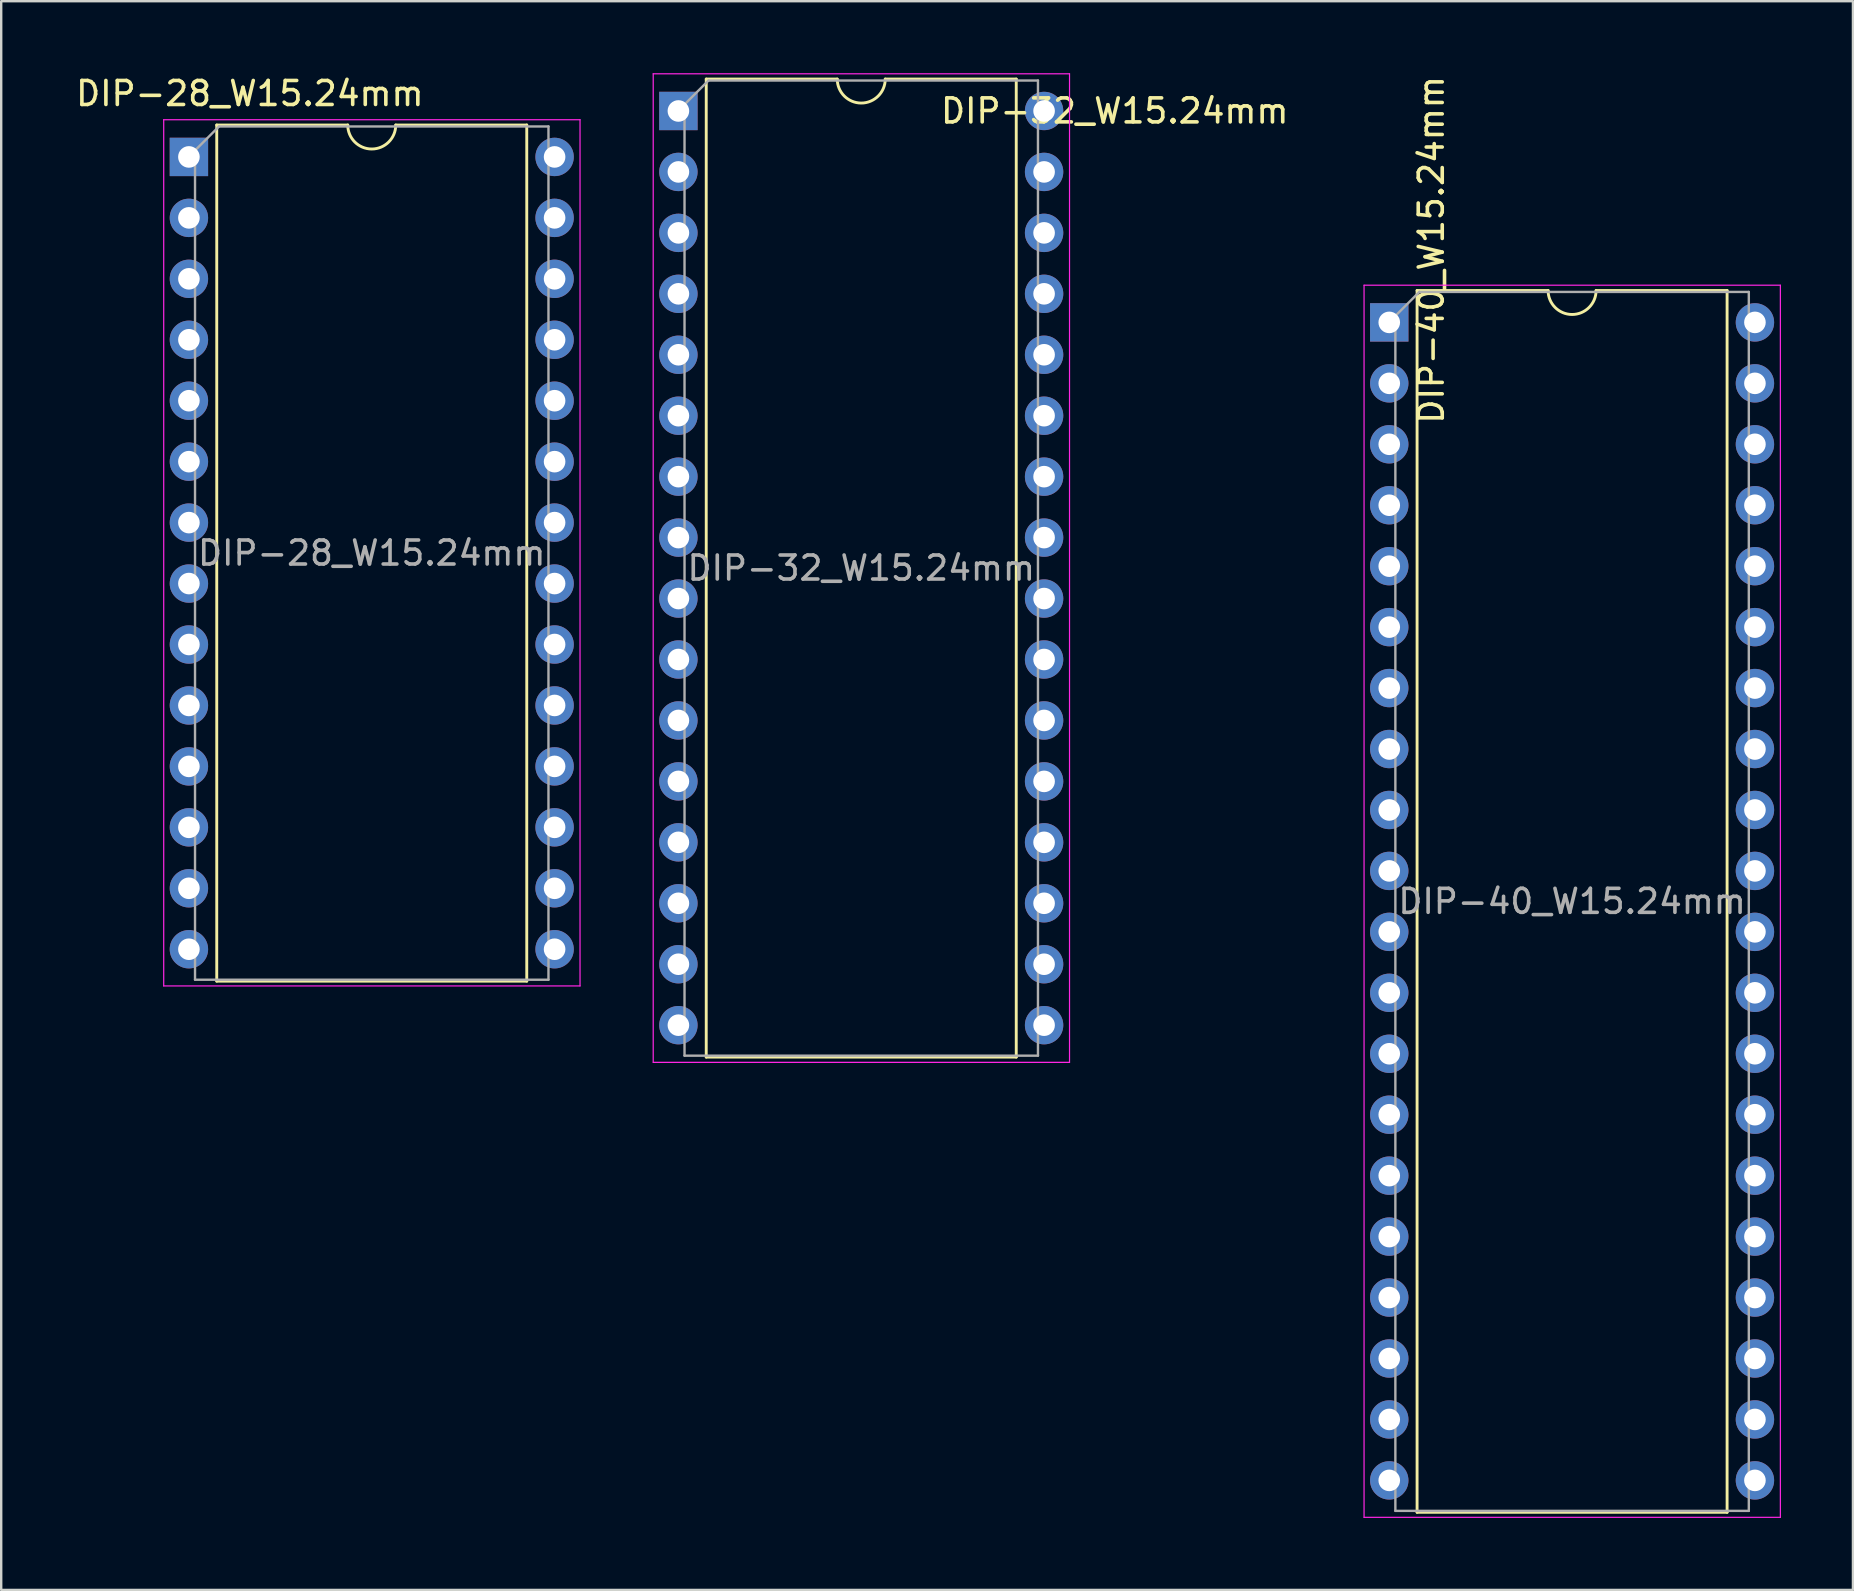
<source format=kicad_pcb>
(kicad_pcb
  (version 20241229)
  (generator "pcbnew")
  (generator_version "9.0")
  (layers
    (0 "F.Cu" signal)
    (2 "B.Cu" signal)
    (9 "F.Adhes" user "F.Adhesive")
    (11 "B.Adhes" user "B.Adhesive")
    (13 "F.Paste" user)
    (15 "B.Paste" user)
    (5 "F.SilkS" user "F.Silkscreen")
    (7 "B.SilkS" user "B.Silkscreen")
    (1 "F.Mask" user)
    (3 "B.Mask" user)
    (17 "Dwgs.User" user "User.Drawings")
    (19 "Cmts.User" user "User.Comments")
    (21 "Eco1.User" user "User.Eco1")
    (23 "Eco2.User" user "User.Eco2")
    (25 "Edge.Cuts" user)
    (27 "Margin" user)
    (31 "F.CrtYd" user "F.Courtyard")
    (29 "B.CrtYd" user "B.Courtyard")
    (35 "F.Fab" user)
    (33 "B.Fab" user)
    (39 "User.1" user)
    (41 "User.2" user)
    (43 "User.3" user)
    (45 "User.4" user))
  (footprint "DIP-28_W15.24mm"
    (layer "F.Cu")
    (at 4.823 3.49)
    (property "Reference" "DIP-28_W15.24mm" (at 2.54 -2.642 0) (layer "F.SilkS") (effects (font (size 1 1) (thickness 0.15))))
    (attr through_hole)
    (fp_line (start 1.16 -1.33) (end 1.16 34.35) (stroke (width 0.12) (type solid)) (layer "F.SilkS"))
    (fp_line (start 1.16 34.35) (end 14.08 34.35) (stroke (width 0.12) (type solid)) (layer "F.SilkS"))
    (fp_line (start 6.62 -1.33) (end 1.16 -1.33) (stroke (width 0.12) (type solid)) (layer "F.SilkS"))
    (fp_line (start 14.08 -1.33) (end 8.62 -1.33) (stroke (width 0.12) (type solid)) (layer "F.SilkS"))
    (fp_line (start 14.08 34.35) (end 14.08 -1.33) (stroke (width 0.12) (type solid)) (layer "F.SilkS"))
    (fp_arc (start 8.62 -1.33) (mid 7.62 -0.33) (end 6.62 -1.33) (stroke (width 0.12) (type solid)) (layer "F.SilkS"))
    (fp_line (start -1.05 -1.55) (end -1.05 34.55) (stroke (width 0.05) (type solid)) (layer "F.CrtYd"))
    (fp_line (start -1.05 34.55) (end 16.3 34.55) (stroke (width 0.05) (type solid)) (layer "F.CrtYd"))
    (fp_line (start 16.3 -1.55) (end -1.05 -1.55) (stroke (width 0.05) (type solid)) (layer "F.CrtYd"))
    (fp_line (start 16.3 34.55) (end 16.3 -1.55) (stroke (width 0.05) (type solid)) (layer "F.CrtYd"))
    (fp_line (start 0.255 -0.27) (end 1.255 -1.27) (stroke (width 0.1) (type solid)) (layer "F.Fab"))
    (fp_line (start 0.255 34.29) (end 0.255 -0.27) (stroke (width 0.1) (type solid)) (layer "F.Fab"))
    (fp_line (start 1.255 -1.27) (end 14.985 -1.27) (stroke (width 0.1) (type solid)) (layer "F.Fab"))
    (fp_line (start 14.985 -1.27) (end 14.985 34.29) (stroke (width 0.1) (type solid)) (layer "F.Fab"))
    (fp_line (start 14.985 34.29) (end 0.255 34.29) (stroke (width 0.1) (type solid)) (layer "F.Fab"))
    (fp_text user "${REFERENCE}" (at 7.62 16.51 0) (layer "F.Fab") (effects (font (size 1 1) (thickness 0.15))))
    (pad "1" thru_hole rect (at 0 0) (size 1.6 1.6) (drill 0.9) (layers "*.Cu" "*.Mask"))
    (pad "2" thru_hole oval (at 0 2.54) (size 1.6 1.6) (drill 0.9) (layers "*.Cu" "*.Mask"))
    (pad "3" thru_hole oval (at 0 5.08) (size 1.6 1.6) (drill 0.9) (layers "*.Cu" "*.Mask"))
    (pad "4" thru_hole oval (at 0 7.62) (size 1.6 1.6) (drill 0.9) (layers "*.Cu" "*.Mask"))
    (pad "5" thru_hole oval (at 0 10.16) (size 1.6 1.6) (drill 0.9) (layers "*.Cu" "*.Mask"))
    (pad "6" thru_hole oval (at 0 12.7) (size 1.6 1.6) (drill 0.9) (layers "*.Cu" "*.Mask"))
    (pad "7" thru_hole oval (at 0 15.24) (size 1.6 1.6) (drill 0.9) (layers "*.Cu" "*.Mask"))
    (pad "8" thru_hole oval (at 0 17.78) (size 1.6 1.6) (drill 0.9) (layers "*.Cu" "*.Mask"))
    (pad "9" thru_hole oval (at 0 20.32) (size 1.6 1.6) (drill 0.9) (layers "*.Cu" "*.Mask"))
    (pad "10" thru_hole oval (at 0 22.86) (size 1.6 1.6) (drill 0.9) (layers "*.Cu" "*.Mask"))
    (pad "11" thru_hole oval (at 0 25.4) (size 1.6 1.6) (drill 0.9) (layers "*.Cu" "*.Mask"))
    (pad "12" thru_hole oval (at 0 27.94) (size 1.6 1.6) (drill 0.9) (layers "*.Cu" "*.Mask"))
    (pad "13" thru_hole oval (at 0 30.48) (size 1.6 1.6) (drill 0.9) (layers "*.Cu" "*.Mask"))
    (pad "14" thru_hole oval (at 0 33.02) (size 1.6 1.6) (drill 0.9) (layers "*.Cu" "*.Mask"))
    (pad "15" thru_hole oval (at 15.24 33.02) (size 1.6 1.6) (drill 0.9) (layers "*.Cu" "*.Mask"))
    (pad "16" thru_hole oval (at 15.24 30.48) (size 1.6 1.6) (drill 0.9) (layers "*.Cu" "*.Mask"))
    (pad "17" thru_hole oval (at 15.24 27.94) (size 1.6 1.6) (drill 0.9) (layers "*.Cu" "*.Mask"))
    (pad "18" thru_hole oval (at 15.24 25.4) (size 1.6 1.6) (drill 0.9) (layers "*.Cu" "*.Mask"))
    (pad "19" thru_hole oval (at 15.24 22.86) (size 1.6 1.6) (drill 0.9) (layers "*.Cu" "*.Mask"))
    (pad "20" thru_hole oval (at 15.24 20.32) (size 1.6 1.6) (drill 0.9) (layers "*.Cu" "*.Mask"))
    (pad "21" thru_hole oval (at 15.24 17.78) (size 1.6 1.6) (drill 0.9) (layers "*.Cu" "*.Mask"))
    (pad "22" thru_hole oval (at 15.24 15.24) (size 1.6 1.6) (drill 0.9) (layers "*.Cu" "*.Mask"))
    (pad "23" thru_hole oval (at 15.24 12.7) (size 1.6 1.6) (drill 0.9) (layers "*.Cu" "*.Mask"))
    (pad "24" thru_hole oval (at 15.24 10.16) (size 1.6 1.6) (drill 0.9) (layers "*.Cu" "*.Mask"))
    (pad "25" thru_hole oval (at 15.24 7.62) (size 1.6 1.6) (drill 0.9) (layers "*.Cu" "*.Mask"))
    (pad "26" thru_hole oval (at 15.24 5.08) (size 1.6 1.6) (drill 0.9) (layers "*.Cu" "*.Mask"))
    (pad "27" thru_hole oval (at 15.24 2.54) (size 1.6 1.6) (drill 0.9) (layers "*.Cu" "*.Mask"))
    (pad "28" thru_hole oval (at 15.24 0) (size 1.6 1.6) (drill 0.9) (layers "*.Cu" "*.Mask")))
  (footprint "DIP-32_W15.24mm"
    (layer "F.Cu")
    (at 25.223 1.575)
    (property "Reference" "DIP-32_W15.24mm" (at 18.186 0 0) (layer "F.SilkS") (effects (font (size 1 1) (thickness 0.15))))
    (attr through_hole)
    (fp_line (start 1.16 -1.33) (end 1.16 39.43) (stroke (width 0.12) (type solid)) (layer "F.SilkS"))
    (fp_line (start 1.16 39.43) (end 14.08 39.43) (stroke (width 0.12) (type solid)) (layer "F.SilkS"))
    (fp_line (start 6.62 -1.33) (end 1.16 -1.33) (stroke (width 0.12) (type solid)) (layer "F.SilkS"))
    (fp_line (start 14.08 -1.33) (end 8.62 -1.33) (stroke (width 0.12) (type solid)) (layer "F.SilkS"))
    (fp_line (start 14.08 39.43) (end 14.08 -1.33) (stroke (width 0.12) (type solid)) (layer "F.SilkS"))
    (fp_arc (start 8.62 -1.33) (mid 7.62 -0.33) (end 6.62 -1.33) (stroke (width 0.12) (type solid)) (layer "F.SilkS"))
    (fp_line (start -1.05 -1.55) (end -1.05 39.65) (stroke (width 0.05) (type solid)) (layer "F.CrtYd"))
    (fp_line (start -1.05 39.65) (end 16.3 39.65) (stroke (width 0.05) (type solid)) (layer "F.CrtYd"))
    (fp_line (start 16.3 -1.55) (end -1.05 -1.55) (stroke (width 0.05) (type solid)) (layer "F.CrtYd"))
    (fp_line (start 16.3 39.65) (end 16.3 -1.55) (stroke (width 0.05) (type solid)) (layer "F.CrtYd"))
    (fp_line (start 0.255 -0.27) (end 1.255 -1.27) (stroke (width 0.1) (type solid)) (layer "F.Fab"))
    (fp_line (start 0.255 39.37) (end 0.255 -0.27) (stroke (width 0.1) (type solid)) (layer "F.Fab"))
    (fp_line (start 1.255 -1.27) (end 14.985 -1.27) (stroke (width 0.1) (type solid)) (layer "F.Fab"))
    (fp_line (start 14.985 -1.27) (end 14.985 39.37) (stroke (width 0.1) (type solid)) (layer "F.Fab"))
    (fp_line (start 14.985 39.37) (end 0.255 39.37) (stroke (width 0.1) (type solid)) (layer "F.Fab"))
    (fp_text user "${REFERENCE}" (at 7.62 19.05 0) (layer "F.Fab") (effects (font (size 1 1) (thickness 0.15))))
    (pad "1" thru_hole rect (at 0 0) (size 1.6 1.6) (drill 0.9) (layers "*.Cu" "*.Mask"))
    (pad "2" thru_hole oval (at 0 2.54) (size 1.6 1.6) (drill 0.9) (layers "*.Cu" "*.Mask"))
    (pad "3" thru_hole oval (at 0 5.08) (size 1.6 1.6) (drill 0.9) (layers "*.Cu" "*.Mask"))
    (pad "4" thru_hole oval (at 0 7.62) (size 1.6 1.6) (drill 0.9) (layers "*.Cu" "*.Mask"))
    (pad "5" thru_hole oval (at 0 10.16) (size 1.6 1.6) (drill 0.9) (layers "*.Cu" "*.Mask"))
    (pad "6" thru_hole oval (at 0 12.7) (size 1.6 1.6) (drill 0.9) (layers "*.Cu" "*.Mask"))
    (pad "7" thru_hole oval (at 0 15.24) (size 1.6 1.6) (drill 0.9) (layers "*.Cu" "*.Mask"))
    (pad "8" thru_hole oval (at 0 17.78) (size 1.6 1.6) (drill 0.9) (layers "*.Cu" "*.Mask"))
    (pad "9" thru_hole oval (at 0 20.32) (size 1.6 1.6) (drill 0.9) (layers "*.Cu" "*.Mask"))
    (pad "10" thru_hole oval (at 0 22.86) (size 1.6 1.6) (drill 0.9) (layers "*.Cu" "*.Mask"))
    (pad "11" thru_hole oval (at 0 25.4) (size 1.6 1.6) (drill 0.9) (layers "*.Cu" "*.Mask"))
    (pad "12" thru_hole oval (at 0 27.94) (size 1.6 1.6) (drill 0.9) (layers "*.Cu" "*.Mask"))
    (pad "13" thru_hole oval (at 0 30.48) (size 1.6 1.6) (drill 0.9) (layers "*.Cu" "*.Mask"))
    (pad "14" thru_hole oval (at 0 33.02) (size 1.6 1.6) (drill 0.9) (layers "*.Cu" "*.Mask"))
    (pad "15" thru_hole oval (at 0 35.56) (size 1.6 1.6) (drill 0.9) (layers "*.Cu" "*.Mask"))
    (pad "16" thru_hole oval (at 0 38.1) (size 1.6 1.6) (drill 0.9) (layers "*.Cu" "*.Mask"))
    (pad "17" thru_hole oval (at 15.24 38.1) (size 1.6 1.6) (drill 0.9) (layers "*.Cu" "*.Mask"))
    (pad "18" thru_hole oval (at 15.24 35.56) (size 1.6 1.6) (drill 0.9) (layers "*.Cu" "*.Mask"))
    (pad "19" thru_hole oval (at 15.24 33.02) (size 1.6 1.6) (drill 0.9) (layers "*.Cu" "*.Mask"))
    (pad "20" thru_hole oval (at 15.24 30.48) (size 1.6 1.6) (drill 0.9) (layers "*.Cu" "*.Mask"))
    (pad "21" thru_hole oval (at 15.24 27.94) (size 1.6 1.6) (drill 0.9) (layers "*.Cu" "*.Mask"))
    (pad "22" thru_hole oval (at 15.24 25.4) (size 1.6 1.6) (drill 0.9) (layers "*.Cu" "*.Mask"))
    (pad "23" thru_hole oval (at 15.24 22.86) (size 1.6 1.6) (drill 0.9) (layers "*.Cu" "*.Mask"))
    (pad "24" thru_hole oval (at 15.24 20.32) (size 1.6 1.6) (drill 0.9) (layers "*.Cu" "*.Mask"))
    (pad "25" thru_hole oval (at 15.24 17.78) (size 1.6 1.6) (drill 0.9) (layers "*.Cu" "*.Mask"))
    (pad "26" thru_hole oval (at 15.24 15.24) (size 1.6 1.6) (drill 0.9) (layers "*.Cu" "*.Mask"))
    (pad "27" thru_hole oval (at 15.24 12.7) (size 1.6 1.6) (drill 0.9) (layers "*.Cu" "*.Mask"))
    (pad "28" thru_hole oval (at 15.24 10.16) (size 1.6 1.6) (drill 0.9) (layers "*.Cu" "*.Mask"))
    (pad "29" thru_hole oval (at 15.24 7.62) (size 1.6 1.6) (drill 0.9) (layers "*.Cu" "*.Mask"))
    (pad "30" thru_hole oval (at 15.24 5.08) (size 1.6 1.6) (drill 0.9) (layers "*.Cu" "*.Mask"))
    (pad "31" thru_hole oval (at 15.24 2.54) (size 1.6 1.6) (drill 0.9) (layers "*.Cu" "*.Mask"))
    (pad "32" thru_hole oval (at 15.24 0) (size 1.6 1.6) (drill 0.9) (layers "*.Cu" "*.Mask")))
  (footprint "DIP-40_W15.24mm"
    (layer "F.Cu")
    (at 54.848 10.386)
    (property "Reference" "DIP-40_W15.24mm" (at 1.753 -3.023 90) (layer "F.SilkS") (effects (font (size 1 1) (thickness 0.15))))
    (attr through_hole)
    (fp_line (start 1.16 -1.33) (end 1.16 49.59) (stroke (width 0.12) (type solid)) (layer "F.SilkS"))
    (fp_line (start 1.16 49.59) (end 14.08 49.59) (stroke (width 0.12) (type solid)) (layer "F.SilkS"))
    (fp_line (start 6.62 -1.33) (end 1.16 -1.33) (stroke (width 0.12) (type solid)) (layer "F.SilkS"))
    (fp_line (start 14.08 -1.33) (end 8.62 -1.33) (stroke (width 0.12) (type solid)) (layer "F.SilkS"))
    (fp_line (start 14.08 49.59) (end 14.08 -1.33) (stroke (width 0.12) (type solid)) (layer "F.SilkS"))
    (fp_arc (start 8.62 -1.33) (mid 7.62 -0.33) (end 6.62 -1.33) (stroke (width 0.12) (type solid)) (layer "F.SilkS"))
    (fp_line (start -1.05 -1.55) (end -1.05 49.8) (stroke (width 0.05) (type solid)) (layer "F.CrtYd"))
    (fp_line (start -1.05 49.8) (end 16.3 49.8) (stroke (width 0.05) (type solid)) (layer "F.CrtYd"))
    (fp_line (start 16.3 -1.55) (end -1.05 -1.55) (stroke (width 0.05) (type solid)) (layer "F.CrtYd"))
    (fp_line (start 16.3 49.8) (end 16.3 -1.55) (stroke (width 0.05) (type solid)) (layer "F.CrtYd"))
    (fp_line (start 0.255 -0.27) (end 1.255 -1.27) (stroke (width 0.1) (type solid)) (layer "F.Fab"))
    (fp_line (start 0.255 49.53) (end 0.255 -0.27) (stroke (width 0.1) (type solid)) (layer "F.Fab"))
    (fp_line (start 1.255 -1.27) (end 14.985 -1.27) (stroke (width 0.1) (type solid)) (layer "F.Fab"))
    (fp_line (start 14.985 -1.27) (end 14.985 49.53) (stroke (width 0.1) (type solid)) (layer "F.Fab"))
    (fp_line (start 14.985 49.53) (end 0.255 49.53) (stroke (width 0.1) (type solid)) (layer "F.Fab"))
    (fp_text user "${REFERENCE}" (at 7.62 24.13 180) (layer "F.Fab") (effects (font (size 1 1) (thickness 0.15))))
    (pad "1" thru_hole rect (at 0 0) (size 1.6 1.6) (drill 0.9) (layers "*.Cu" "*.Mask"))
    (pad "2" thru_hole oval (at 0 2.54) (size 1.6 1.6) (drill 0.9) (layers "*.Cu" "*.Mask"))
    (pad "3" thru_hole oval (at 0 5.08) (size 1.6 1.6) (drill 0.9) (layers "*.Cu" "*.Mask"))
    (pad "4" thru_hole oval (at 0 7.62) (size 1.6 1.6) (drill 0.9) (layers "*.Cu" "*.Mask"))
    (pad "5" thru_hole oval (at 0 10.16) (size 1.6 1.6) (drill 0.9) (layers "*.Cu" "*.Mask"))
    (pad "6" thru_hole oval (at 0 12.7) (size 1.6 1.6) (drill 0.9) (layers "*.Cu" "*.Mask"))
    (pad "7" thru_hole oval (at 0 15.24) (size 1.6 1.6) (drill 0.9) (layers "*.Cu" "*.Mask"))
    (pad "8" thru_hole oval (at 0 17.78) (size 1.6 1.6) (drill 0.9) (layers "*.Cu" "*.Mask"))
    (pad "9" thru_hole oval (at 0 20.32) (size 1.6 1.6) (drill 0.9) (layers "*.Cu" "*.Mask"))
    (pad "10" thru_hole oval (at 0 22.86) (size 1.6 1.6) (drill 0.9) (layers "*.Cu" "*.Mask"))
    (pad "11" thru_hole oval (at 0 25.4) (size 1.6 1.6) (drill 0.9) (layers "*.Cu" "*.Mask"))
    (pad "12" thru_hole oval (at 0 27.94) (size 1.6 1.6) (drill 0.9) (layers "*.Cu" "*.Mask"))
    (pad "13" thru_hole oval (at 0 30.48) (size 1.6 1.6) (drill 0.9) (layers "*.Cu" "*.Mask"))
    (pad "14" thru_hole oval (at 0 33.02) (size 1.6 1.6) (drill 0.9) (layers "*.Cu" "*.Mask"))
    (pad "15" thru_hole oval (at 0 35.56) (size 1.6 1.6) (drill 0.9) (layers "*.Cu" "*.Mask"))
    (pad "16" thru_hole oval (at 0 38.1) (size 1.6 1.6) (drill 0.9) (layers "*.Cu" "*.Mask"))
    (pad "17" thru_hole oval (at 0 40.64) (size 1.6 1.6) (drill 0.9) (layers "*.Cu" "*.Mask"))
    (pad "18" thru_hole oval (at 0 43.18) (size 1.6 1.6) (drill 0.9) (layers "*.Cu" "*.Mask"))
    (pad "19" thru_hole oval (at 0 45.72) (size 1.6 1.6) (drill 0.9) (layers "*.Cu" "*.Mask"))
    (pad "20" thru_hole oval (at 0 48.26) (size 1.6 1.6) (drill 0.9) (layers "*.Cu" "*.Mask"))
    (pad "21" thru_hole oval (at 15.24 48.26) (size 1.6 1.6) (drill 0.9) (layers "*.Cu" "*.Mask"))
    (pad "22" thru_hole oval (at 15.24 45.72) (size 1.6 1.6) (drill 0.9) (layers "*.Cu" "*.Mask"))
    (pad "23" thru_hole oval (at 15.24 43.18) (size 1.6 1.6) (drill 0.9) (layers "*.Cu" "*.Mask"))
    (pad "24" thru_hole oval (at 15.24 40.64) (size 1.6 1.6) (drill 0.9) (layers "*.Cu" "*.Mask"))
    (pad "25" thru_hole oval (at 15.24 38.1) (size 1.6 1.6) (drill 0.9) (layers "*.Cu" "*.Mask"))
    (pad "26" thru_hole oval (at 15.24 35.56) (size 1.6 1.6) (drill 0.9) (layers "*.Cu" "*.Mask"))
    (pad "27" thru_hole oval (at 15.24 33.02) (size 1.6 1.6) (drill 0.9) (layers "*.Cu" "*.Mask"))
    (pad "28" thru_hole oval (at 15.24 30.48) (size 1.6 1.6) (drill 0.9) (layers "*.Cu" "*.Mask"))
    (pad "29" thru_hole oval (at 15.24 27.94) (size 1.6 1.6) (drill 0.9) (layers "*.Cu" "*.Mask"))
    (pad "30" thru_hole oval (at 15.24 25.4) (size 1.6 1.6) (drill 0.9) (layers "*.Cu" "*.Mask"))
    (pad "31" thru_hole oval (at 15.24 22.86) (size 1.6 1.6) (drill 0.9) (layers "*.Cu" "*.Mask"))
    (pad "32" thru_hole oval (at 15.24 20.32) (size 1.6 1.6) (drill 0.9) (layers "*.Cu" "*.Mask"))
    (pad "33" thru_hole oval (at 15.24 17.78) (size 1.6 1.6) (drill 0.9) (layers "*.Cu" "*.Mask"))
    (pad "34" thru_hole oval (at 15.24 15.24) (size 1.6 1.6) (drill 0.9) (layers "*.Cu" "*.Mask"))
    (pad "35" thru_hole oval (at 15.24 12.7) (size 1.6 1.6) (drill 0.9) (layers "*.Cu" "*.Mask"))
    (pad "36" thru_hole oval (at 15.24 10.16) (size 1.6 1.6) (drill 0.9) (layers "*.Cu" "*.Mask"))
    (pad "37" thru_hole oval (at 15.24 7.62) (size 1.6 1.6) (drill 0.9) (layers "*.Cu" "*.Mask"))
    (pad "38" thru_hole oval (at 15.24 5.08) (size 1.6 1.6) (drill 0.9) (layers "*.Cu" "*.Mask"))
    (pad "39" thru_hole oval (at 15.24 2.54) (size 1.6 1.6) (drill 0.9) (layers "*.Cu" "*.Mask"))
    (pad "40" thru_hole oval (at 15.24 0) (size 1.6 1.6) (drill 0.9) (layers "*.Cu" "*.Mask")))
  (gr_rect
    (start -3 -3)
    (end 74.173 63.211)
    (stroke (width 0.1) (type default))
    (fill no)
    (layer "Edge.Cuts")))
</source>
